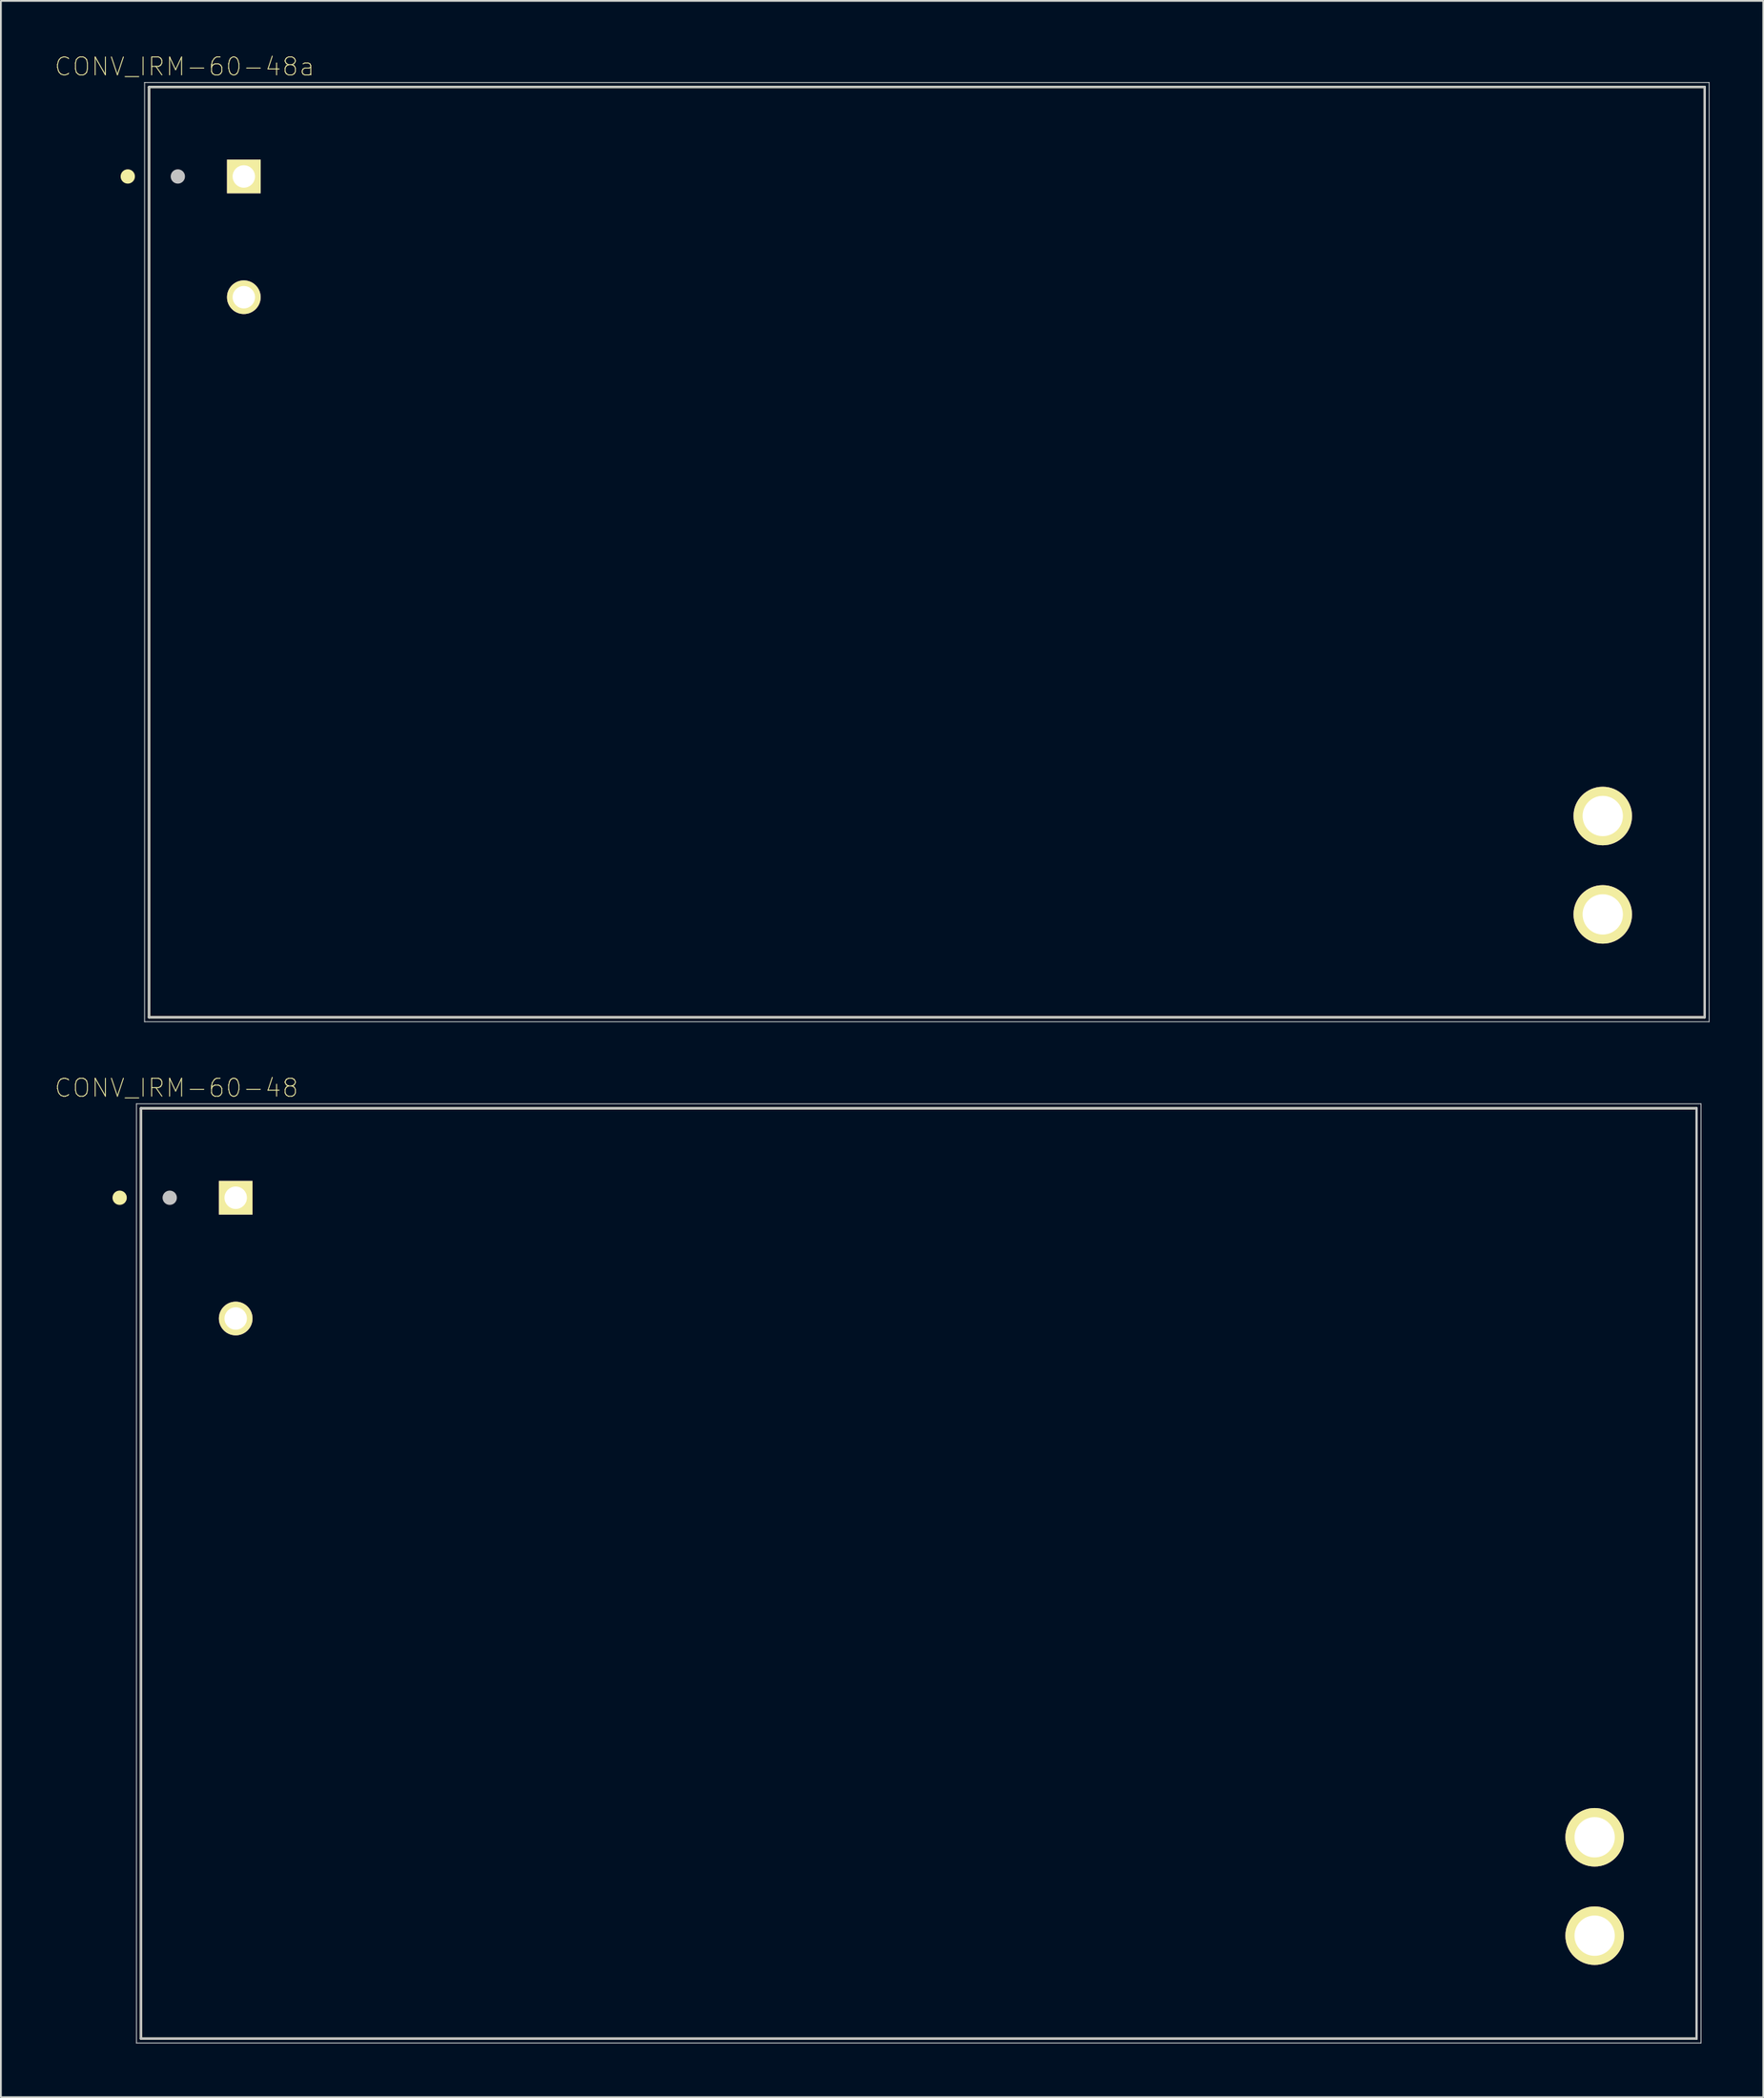
<source format=kicad_pcb>
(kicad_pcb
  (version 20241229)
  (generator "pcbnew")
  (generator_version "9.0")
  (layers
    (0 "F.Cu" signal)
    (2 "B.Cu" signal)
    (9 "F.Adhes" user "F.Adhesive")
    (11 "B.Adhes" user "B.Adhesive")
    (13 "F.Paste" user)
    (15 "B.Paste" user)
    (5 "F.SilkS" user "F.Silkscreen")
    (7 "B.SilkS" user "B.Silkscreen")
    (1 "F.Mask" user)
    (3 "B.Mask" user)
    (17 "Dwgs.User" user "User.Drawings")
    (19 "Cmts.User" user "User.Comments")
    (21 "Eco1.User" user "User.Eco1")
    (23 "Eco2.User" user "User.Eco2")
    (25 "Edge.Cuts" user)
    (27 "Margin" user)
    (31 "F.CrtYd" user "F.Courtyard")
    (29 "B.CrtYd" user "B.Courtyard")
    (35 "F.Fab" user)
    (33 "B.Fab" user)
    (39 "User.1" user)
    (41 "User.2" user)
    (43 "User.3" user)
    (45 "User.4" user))
  (footprint "CONV_IRM-60-48"
    (layer "F.Cu")
    (at 48.332 84.903)
    (property "Reference" "CONV_IRM-60-48" (at -41.514 -27.138 0) (layer "F.SilkS") (effects (font (size 1.005 1.005) (thickness 0.05))))
    (attr through_hole)
    (fp_line (start -43.5 -26) (end 43.5 -26) (stroke (width 0.127) (type solid)) (layer "F.SilkS"))
    (fp_line (start -43.5 26) (end -43.5 -26) (stroke (width 0.127) (type solid)) (layer "F.SilkS"))
    (fp_line (start 43.5 -26) (end 43.5 26) (stroke (width 0.127) (type solid)) (layer "F.SilkS"))
    (fp_line (start 43.5 26) (end -43.5 26) (stroke (width 0.127) (type solid)) (layer "F.SilkS"))
    (fp_circle (center -44.69 -21) (end -44.49 -21) (stroke (width 0.4) (type solid)) (fill no) (layer "F.SilkS"))
    (fp_line (start -43.75 -26.25) (end 43.75 -26.25) (stroke (width 0.05) (type solid)) (layer "Dwgs.User"))
    (fp_line (start -43.75 26.25) (end -43.75 -26.25) (stroke (width 0.05) (type solid)) (layer "Dwgs.User"))
    (fp_line (start -43.5 -26) (end 43.5 -26) (stroke (width 0.127) (type solid)) (layer "Dwgs.User"))
    (fp_line (start -43.5 26) (end -43.5 -26) (stroke (width 0.127) (type solid)) (layer "Dwgs.User"))
    (fp_line (start 43.5 -26) (end 43.5 26) (stroke (width 0.127) (type solid)) (layer "Dwgs.User"))
    (fp_line (start 43.5 26) (end -43.5 26) (stroke (width 0.127) (type solid)) (layer "Dwgs.User"))
    (fp_line (start 43.75 -26.25) (end 43.75 26.25) (stroke (width 0.05) (type solid)) (layer "Dwgs.User"))
    (fp_line (start 43.75 26.25) (end -43.75 26.25) (stroke (width 0.05) (type solid)) (layer "Dwgs.User"))
    (fp_circle (center -41.89 -21) (end -41.69 -21) (stroke (width 0.4) (type solid)) (fill no) (layer "Dwgs.User"))
    (pad "+V" thru_hole circle (at 37.8 20.25) (size 3.27 3.27) (drill 2.254) (layers "*.Cu" "*.Mask" "F.SilkS"))
    (pad "-V" thru_hole circle (at 37.8 14.75) (size 3.27 3.27) (drill 2.254) (layers "*.Cu" "*.Mask" "F.SilkS"))
    (pad "AC/L" thru_hole rect (at -38.2 -21) (size 1.881 1.881) (drill 1.254) (layers "*.Cu" "*.Mask" "F.SilkS"))
    (pad "AC/N" thru_hole circle (at -38.2 -14.25) (size 1.881 1.881) (drill 1.254) (layers "*.Cu" "*.Mask" "F.SilkS")))
  (footprint "CONV_IRM-60-48a"
    (layer "F.Cu")
    (at 5.098 1.652)
    (property "Reference" "CONV_IRM-60-48a" (at 2.174 -0.976 0) (layer "F.SilkS") (effects (font (size 1.005 1.005) (thickness 0.05))))
    (attr through_hole)
    (fp_line (start 0.188 0.162) (end 87.188 0.162) (stroke (width 0.127) (type solid)) (layer "F.SilkS"))
    (fp_line (start 0.188 52.162) (end 0.188 0.162) (stroke (width 0.127) (type solid)) (layer "F.SilkS"))
    (fp_line (start 87.188 0.162) (end 87.188 52.162) (stroke (width 0.127) (type solid)) (layer "F.SilkS"))
    (fp_line (start 87.188 52.162) (end 0.188 52.162) (stroke (width 0.127) (type solid)) (layer "F.SilkS"))
    (fp_circle (center -1.002 5.162) (end -0.802 5.162) (stroke (width 0.4) (type solid)) (fill no) (layer "F.SilkS"))
    (fp_line (start -0.062 -0.088) (end 87.438 -0.088) (stroke (width 0.05) (type solid)) (layer "Dwgs.User"))
    (fp_line (start -0.062 52.412) (end -0.062 -0.088) (stroke (width 0.05) (type solid)) (layer "Dwgs.User"))
    (fp_line (start 0.188 0.162) (end 87.188 0.162) (stroke (width 0.127) (type solid)) (layer "Dwgs.User"))
    (fp_line (start 0.188 52.162) (end 0.188 0.162) (stroke (width 0.127) (type solid)) (layer "Dwgs.User"))
    (fp_line (start 87.188 0.162) (end 87.188 52.162) (stroke (width 0.127) (type solid)) (layer "Dwgs.User"))
    (fp_line (start 87.188 52.162) (end 0.188 52.162) (stroke (width 0.127) (type solid)) (layer "Dwgs.User"))
    (fp_line (start 87.438 -0.088) (end 87.438 52.412) (stroke (width 0.05) (type solid)) (layer "Dwgs.User"))
    (fp_line (start 87.438 52.412) (end -0.062 52.412) (stroke (width 0.05) (type solid)) (layer "Dwgs.User"))
    (fp_circle (center 1.798 5.162) (end 1.998 5.162) (stroke (width 0.4) (type solid)) (fill no) (layer "Dwgs.User"))
    (pad "+V" thru_hole circle (at 81.488 46.412) (size 3.27 3.27) (drill 2.254) (layers "*.Cu" "*.Mask" "F.SilkS"))
    (pad "-V" thru_hole circle (at 81.488 40.912) (size 3.27 3.27) (drill 2.254) (layers "*.Cu" "*.Mask" "F.SilkS"))
    (pad "AC/L" thru_hole rect (at 5.488 5.162) (size 1.881 1.881) (drill 1.254) (layers "*.Cu" "*.Mask" "F.SilkS"))
    (pad "AC/N" thru_hole circle (at 5.488 11.912) (size 1.881 1.881) (drill 1.254) (layers "*.Cu" "*.Mask" "F.SilkS")))
  (gr_rect
    (start -3 -3)
    (end 95.561 114.178)
    (stroke (width 0.1) (type default))
    (fill no)
    (layer "Edge.Cuts")))
</source>
